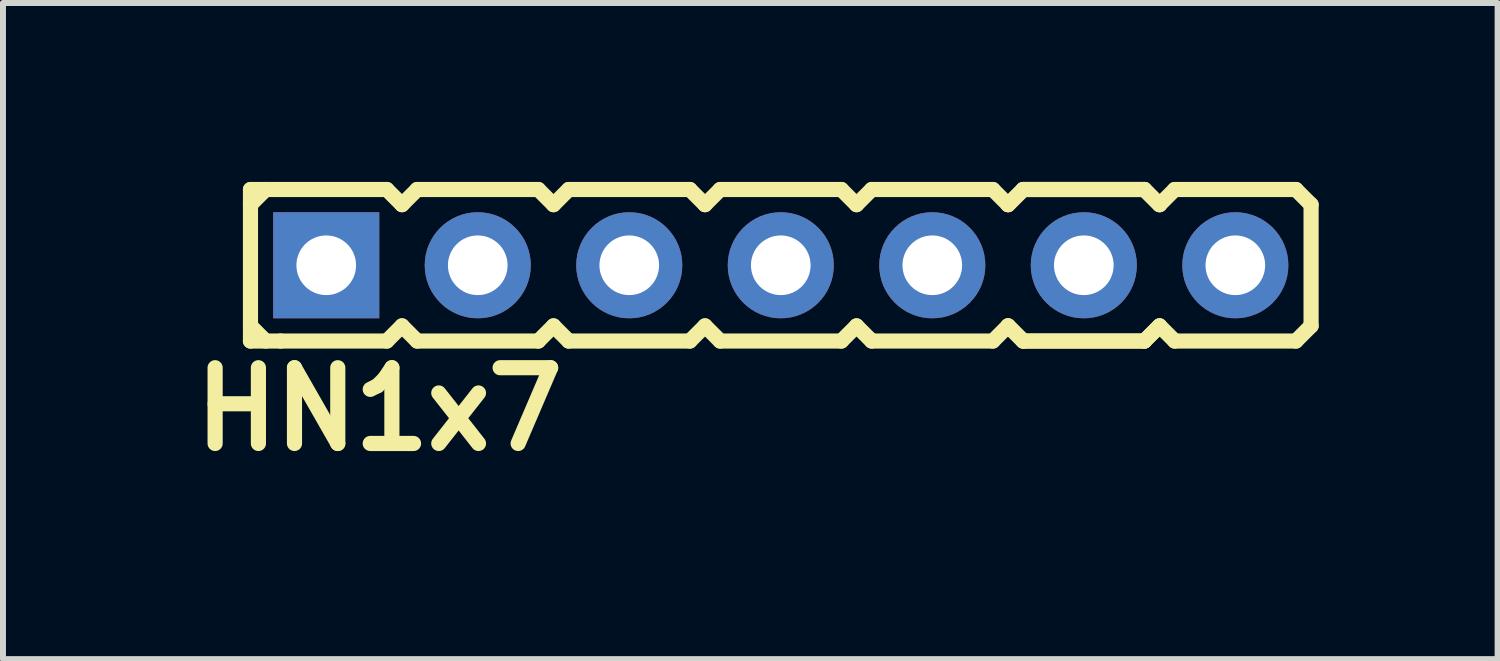
<source format=kicad_pcb>
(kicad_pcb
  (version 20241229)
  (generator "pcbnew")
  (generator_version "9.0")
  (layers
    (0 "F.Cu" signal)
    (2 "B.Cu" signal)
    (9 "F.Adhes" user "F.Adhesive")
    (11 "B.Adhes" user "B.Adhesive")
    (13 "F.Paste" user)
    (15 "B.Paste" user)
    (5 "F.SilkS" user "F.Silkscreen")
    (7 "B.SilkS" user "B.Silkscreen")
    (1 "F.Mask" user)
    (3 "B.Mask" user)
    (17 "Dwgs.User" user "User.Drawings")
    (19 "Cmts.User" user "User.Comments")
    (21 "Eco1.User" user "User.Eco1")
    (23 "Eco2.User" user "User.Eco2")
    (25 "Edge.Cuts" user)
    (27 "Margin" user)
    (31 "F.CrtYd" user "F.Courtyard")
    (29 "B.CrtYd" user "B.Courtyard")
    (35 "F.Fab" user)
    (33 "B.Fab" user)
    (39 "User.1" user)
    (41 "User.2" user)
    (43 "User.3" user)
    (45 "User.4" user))
  (footprint "HN1x7"
    (layer "F.Cu")
    (at 10.039 1.397)
    (property "Reference" "HN1x7" (at -6.731 2.413 0) (layer "F.SilkS") (effects (font (size 1.27 1.27) (thickness 0.254))))
    (attr smd)
    (fp_line (start -8.89 -1.27) (end -8.89 1.27) (stroke (width 0.254) (type solid)) (layer "F.SilkS"))
    (fp_line (start -8.89 -1.27) (end -8.636 -1.27) (stroke (width 0.254) (type solid)) (layer "F.SilkS"))
    (fp_line (start -8.89 -1.016) (end -8.636 -1.27) (stroke (width 0.254) (type solid)) (layer "F.SilkS"))
    (fp_line (start -8.636 -1.27) (end -6.604 -1.27) (stroke (width 0.254) (type solid)) (layer "F.SilkS"))
    (fp_line (start -8.636 1.27) (end -8.89 1.016) (stroke (width 0.254) (type solid)) (layer "F.SilkS"))
    (fp_line (start -8.382 1.27) (end -8.89 1.27) (stroke (width 0.254) (type solid)) (layer "F.SilkS"))
    (fp_line (start -6.604 -1.27) (end -6.35 -1.016) (stroke (width 0.254) (type solid)) (layer "F.SilkS"))
    (fp_line (start -6.604 1.27) (end -8.382 1.27) (stroke (width 0.254) (type solid)) (layer "F.SilkS"))
    (fp_line (start -6.35 -1.016) (end -6.096 -1.27) (stroke (width 0.254) (type solid)) (layer "F.SilkS"))
    (fp_line (start -6.35 1.016) (end -6.604 1.27) (stroke (width 0.254) (type solid)) (layer "F.SilkS"))
    (fp_line (start -6.096 -1.27) (end -4.064 -1.27) (stroke (width 0.254) (type solid)) (layer "F.SilkS"))
    (fp_line (start -6.096 1.27) (end -6.35 1.016) (stroke (width 0.254) (type solid)) (layer "F.SilkS"))
    (fp_line (start -4.064 -1.27) (end -3.81 -1.016) (stroke (width 0.254) (type solid)) (layer "F.SilkS"))
    (fp_line (start -4.064 1.27) (end -6.096 1.27) (stroke (width 0.254) (type solid)) (layer "F.SilkS"))
    (fp_line (start -4.064 1.27) (end -3.81 1.016) (stroke (width 0.254) (type solid)) (layer "F.SilkS"))
    (fp_line (start -3.81 -1.016) (end -3.556 -1.27) (stroke (width 0.254) (type solid)) (layer "F.SilkS"))
    (fp_line (start -3.81 1.016) (end -3.556 1.27) (stroke (width 0.254) (type solid)) (layer "F.SilkS"))
    (fp_line (start -3.556 -1.27) (end -1.524 -1.27) (stroke (width 0.254) (type solid)) (layer "F.SilkS"))
    (fp_line (start -1.524 -1.27) (end -1.27 -1.016) (stroke (width 0.254) (type solid)) (layer "F.SilkS"))
    (fp_line (start -1.524 1.27) (end -3.556 1.27) (stroke (width 0.254) (type solid)) (layer "F.SilkS"))
    (fp_line (start -1.27 -1.016) (end -1.016 -1.27) (stroke (width 0.254) (type solid)) (layer "F.SilkS"))
    (fp_line (start -1.27 1.016) (end -1.524 1.27) (stroke (width 0.254) (type solid)) (layer "F.SilkS"))
    (fp_line (start -1.016 -1.27) (end 1.016 -1.27) (stroke (width 0.254) (type solid)) (layer "F.SilkS"))
    (fp_line (start -1.016 1.27) (end -1.27 1.016) (stroke (width 0.254) (type solid)) (layer "F.SilkS"))
    (fp_line (start 1.016 -1.27) (end 1.27 -1.016) (stroke (width 0.254) (type solid)) (layer "F.SilkS"))
    (fp_line (start 1.016 1.27) (end -1.016 1.27) (stroke (width 0.254) (type solid)) (layer "F.SilkS"))
    (fp_line (start 1.27 -1.016) (end 1.524 -1.27) (stroke (width 0.254) (type solid)) (layer "F.SilkS"))
    (fp_line (start 1.27 1.016) (end 1.016 1.27) (stroke (width 0.254) (type solid)) (layer "F.SilkS"))
    (fp_line (start 1.524 -1.27) (end 3.556 -1.27) (stroke (width 0.254) (type solid)) (layer "F.SilkS"))
    (fp_line (start 1.524 1.27) (end 1.27 1.016) (stroke (width 0.254) (type solid)) (layer "F.SilkS"))
    (fp_line (start 3.556 -1.27) (end 3.81 -1.016) (stroke (width 0.254) (type solid)) (layer "F.SilkS"))
    (fp_line (start 3.556 1.27) (end 1.524 1.27) (stroke (width 0.254) (type solid)) (layer "F.SilkS"))
    (fp_line (start 3.81 -1.016) (end 4.064 -1.27) (stroke (width 0.254) (type solid)) (layer "F.SilkS"))
    (fp_line (start 3.81 -1.016) (end 4.064 -1.27) (stroke (width 0.254) (type solid)) (layer "F.SilkS"))
    (fp_line (start 3.81 1.016) (end 3.556 1.27) (stroke (width 0.254) (type solid)) (layer "F.SilkS"))
    (fp_line (start 4.064 -1.27) (end 6.096 -1.27) (stroke (width 0.254) (type solid)) (layer "F.SilkS"))
    (fp_line (start 4.064 -1.27) (end 6.096 -1.27) (stroke (width 0.254) (type solid)) (layer "F.SilkS"))
    (fp_line (start 4.064 1.27) (end 3.81 1.016) (stroke (width 0.254) (type solid)) (layer "F.SilkS"))
    (fp_line (start 4.064 1.27) (end 3.81 1.016) (stroke (width 0.254) (type solid)) (layer "F.SilkS"))
    (fp_line (start 6.096 -1.27) (end 6.35 -1.016) (stroke (width 0.254) (type solid)) (layer "F.SilkS"))
    (fp_line (start 6.096 -1.27) (end 6.35 -1.016) (stroke (width 0.254) (type solid)) (layer "F.SilkS"))
    (fp_line (start 6.096 1.27) (end 4.064 1.27) (stroke (width 0.254) (type solid)) (layer "F.SilkS"))
    (fp_line (start 6.096 1.27) (end 4.064 1.27) (stroke (width 0.254) (type solid)) (layer "F.SilkS"))
    (fp_line (start 6.35 -1.016) (end 6.604 -1.27) (stroke (width 0.254) (type solid)) (layer "F.SilkS"))
    (fp_line (start 6.35 1.016) (end 6.096 1.27) (stroke (width 0.254) (type solid)) (layer "F.SilkS"))
    (fp_line (start 6.35 1.016) (end 6.096 1.27) (stroke (width 0.254) (type solid)) (layer "F.SilkS"))
    (fp_line (start 6.604 -1.27) (end 8.636 -1.27) (stroke (width 0.254) (type solid)) (layer "F.SilkS"))
    (fp_line (start 6.604 1.27) (end 6.35 1.016) (stroke (width 0.254) (type solid)) (layer "F.SilkS"))
    (fp_line (start 8.636 -1.27) (end 8.89 -1.016) (stroke (width 0.254) (type solid)) (layer "F.SilkS"))
    (fp_line (start 8.636 1.27) (end 6.604 1.27) (stroke (width 0.254) (type solid)) (layer "F.SilkS"))
    (fp_line (start 8.89 -1.016) (end 8.89 1.016) (stroke (width 0.254) (type solid)) (layer "F.SilkS"))
    (fp_line (start 8.89 1.016) (end 8.636 1.27) (stroke (width 0.254) (type solid)) (layer "F.SilkS"))
    (pad "1" thru_hole rect (at -7.62 0) (size 1.778 1.778) (drill 1) (layers "*.Cu" "*.Mask"))
    (pad "2" thru_hole circle (at -5.08 0) (size 1.778 1.778) (drill 1) (layers "*.Cu" "*.Mask"))
    (pad "3" thru_hole circle (at -2.54 0) (size 1.778 1.778) (drill 1) (layers "*.Cu" "*.Mask"))
    (pad "4" thru_hole circle (at 0 0) (size 1.778 1.778) (drill 1) (layers "*.Cu" "*.Mask"))
    (pad "5" thru_hole circle (at 2.54 0) (size 1.778 1.778) (drill 1) (layers "*.Cu" "*.Mask"))
    (pad "6" thru_hole circle (at 5.08 0) (size 1.778 1.778) (drill 1) (layers "*.Cu" "*.Mask"))
    (pad "7" thru_hole circle (at 7.62 0) (size 1.778 1.778) (drill 1) (layers "*.Cu" "*.Mask")))
  (gr_rect
    (start -3 -3)
    (end 22.056 7.999)
    (stroke (width 0.1) (type default))
    (fill no)
    (layer "Edge.Cuts")))
</source>
